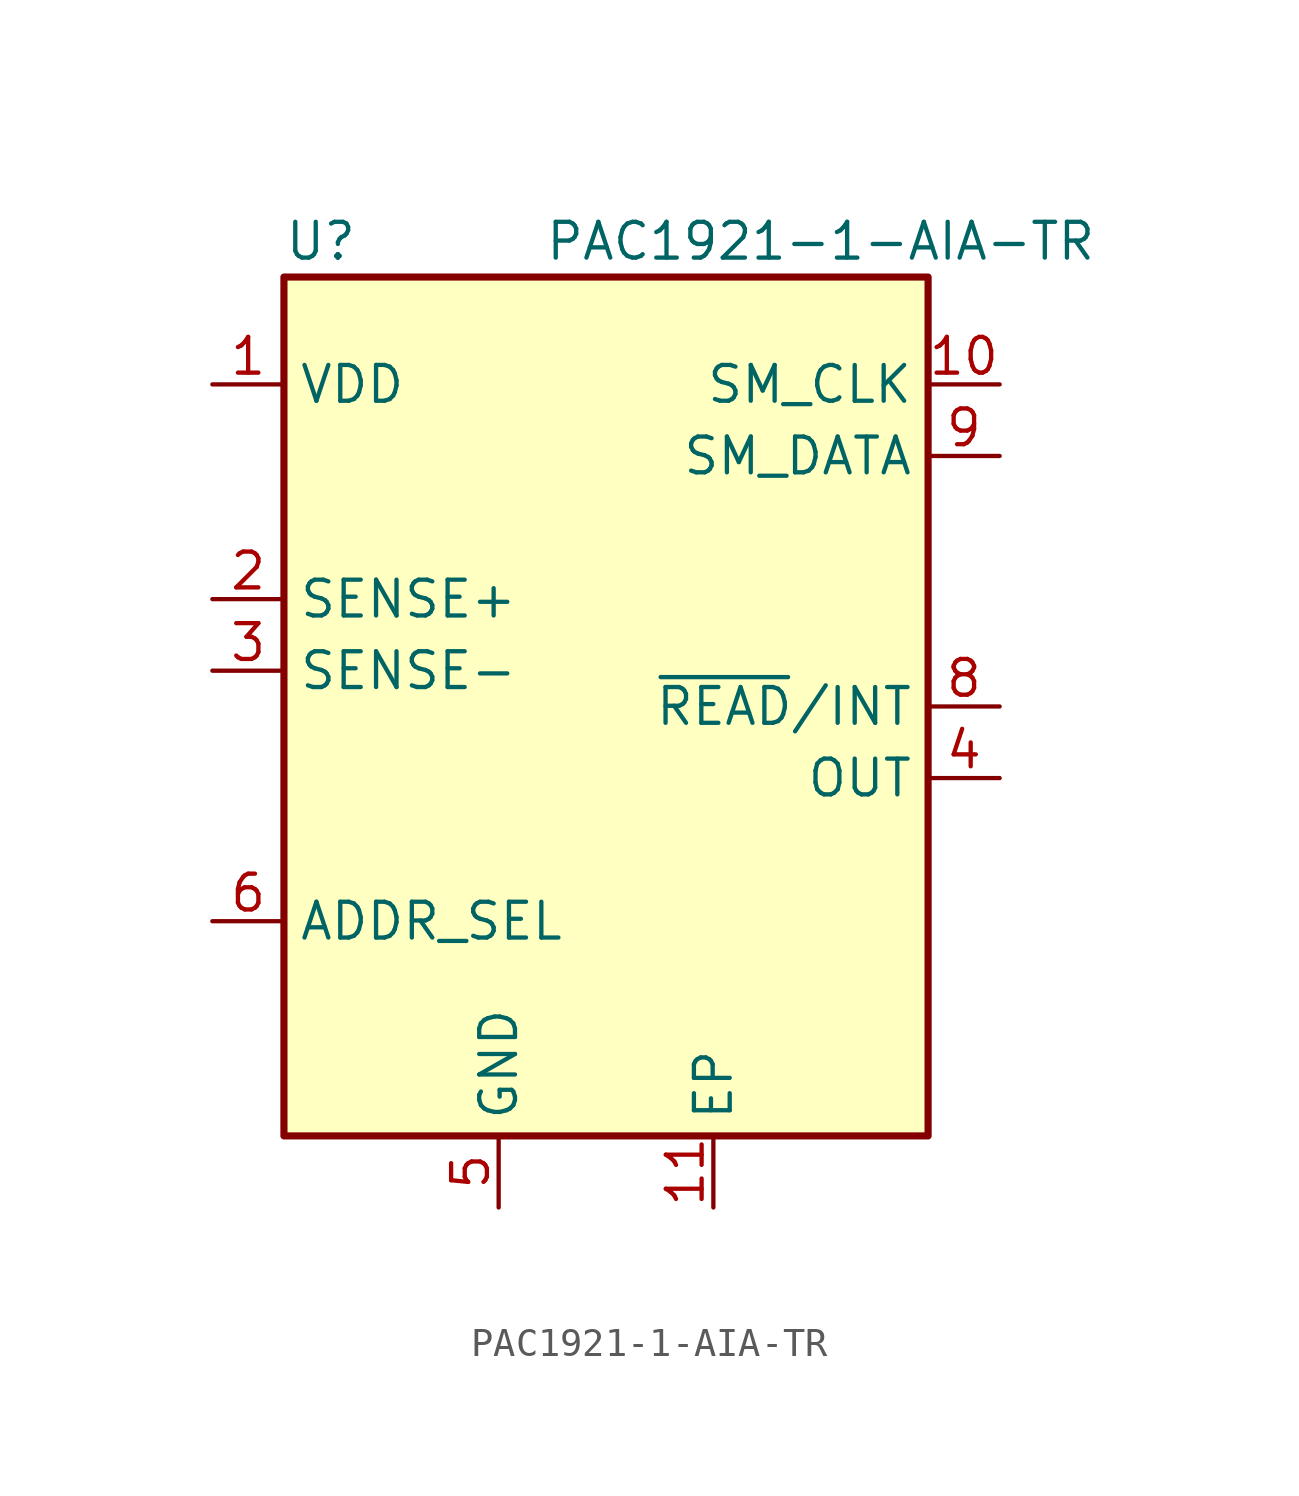
<source format=kicad_sym>
(kicad_symbol_lib
  (version 20220914)
  (generator kicad_symbol_editor)
  (symbol "PAC1921-1-AIA-TR"
    (property "Reference" "U"
      (at -11.43 16.51 0)
      (effects (font (size 1.27 1.27)) (justify left)))
    (property "Value" "PAC1921-1-AIA-TR"
      (at 7.62 16.51 0)
      (effects (font (size 1.27 1.27))))
    (symbol "PAC1921-1-AIA-TR_0_1"
      (rectangle (start -11.43 15.24) (end 11.43 -15.24) (stroke (width 0.254) (type default)) (fill (type background))))
    (symbol "PAC1921-1-AIA-TR_1_1"
      (pin power_in line (at -13.97 11.43 0) (length 2.54) (name "VDD" (effects (font (size 1.27 1.27)))) (number "1" (effects (font (size 1.27 1.27)))))
      (pin passive line (at 13.97 11.43 180) (length 2.54) (name "SM_CLK" (effects (font (size 1.27 1.27)))) (number "10" (effects (font (size 1.27 1.27)))))
      (pin power_in line (at 3.81 -17.78 90) (length 2.54) (name "EP" (effects (font (size 1.27 1.27)))) (number "11" (effects (font (size 1.27 1.27)))))
      (pin passive line (at -13.97 3.81 0) (length 2.54) (name "SENSE+" (effects (font (size 1.27 1.27)))) (number "2" (effects (font (size 1.27 1.27)))))
      (pin passive line (at -13.97 1.27 0) (length 2.54) (name "SENSE-" (effects (font (size 1.27 1.27)))) (number "3" (effects (font (size 1.27 1.27)))))
      (pin passive line (at 13.97 -2.54 180) (length 2.54) (name "OUT" (effects (font (size 1.27 1.27)))) (number "4" (effects (font (size 1.27 1.27)))))
      (pin power_in line (at -3.81 -17.78 90) (length 2.54) (name "GND" (effects (font (size 1.27 1.27)))) (number "5" (effects (font (size 1.27 1.27)))))
      (pin passive line (at -13.97 -7.62 0) (length 2.54) (name "ADDR_SEL" (effects (font (size 1.27 1.27)))) (number "6" (effects (font (size 1.27 1.27)))))
      (pin no_connect line (at -13.97 -5.08 0) (length 2.54) hide (name "RESERVED" (effects (font (size 1.27 1.27)))) (number "7" (effects (font (size 1.27 1.27)))))
      (pin passive line (at 13.97 0 180) (length 2.54) (name "~{READ}/INT" (effects (font (size 1.27 1.27)))) (number "8" (effects (font (size 1.27 1.27)))))
      (pin passive line (at 13.97 8.89 180) (length 2.54) (name "SM_DATA" (effects (font (size 1.27 1.27)))) (number "9" (effects (font (size 1.27 1.27))))))))
</source>
